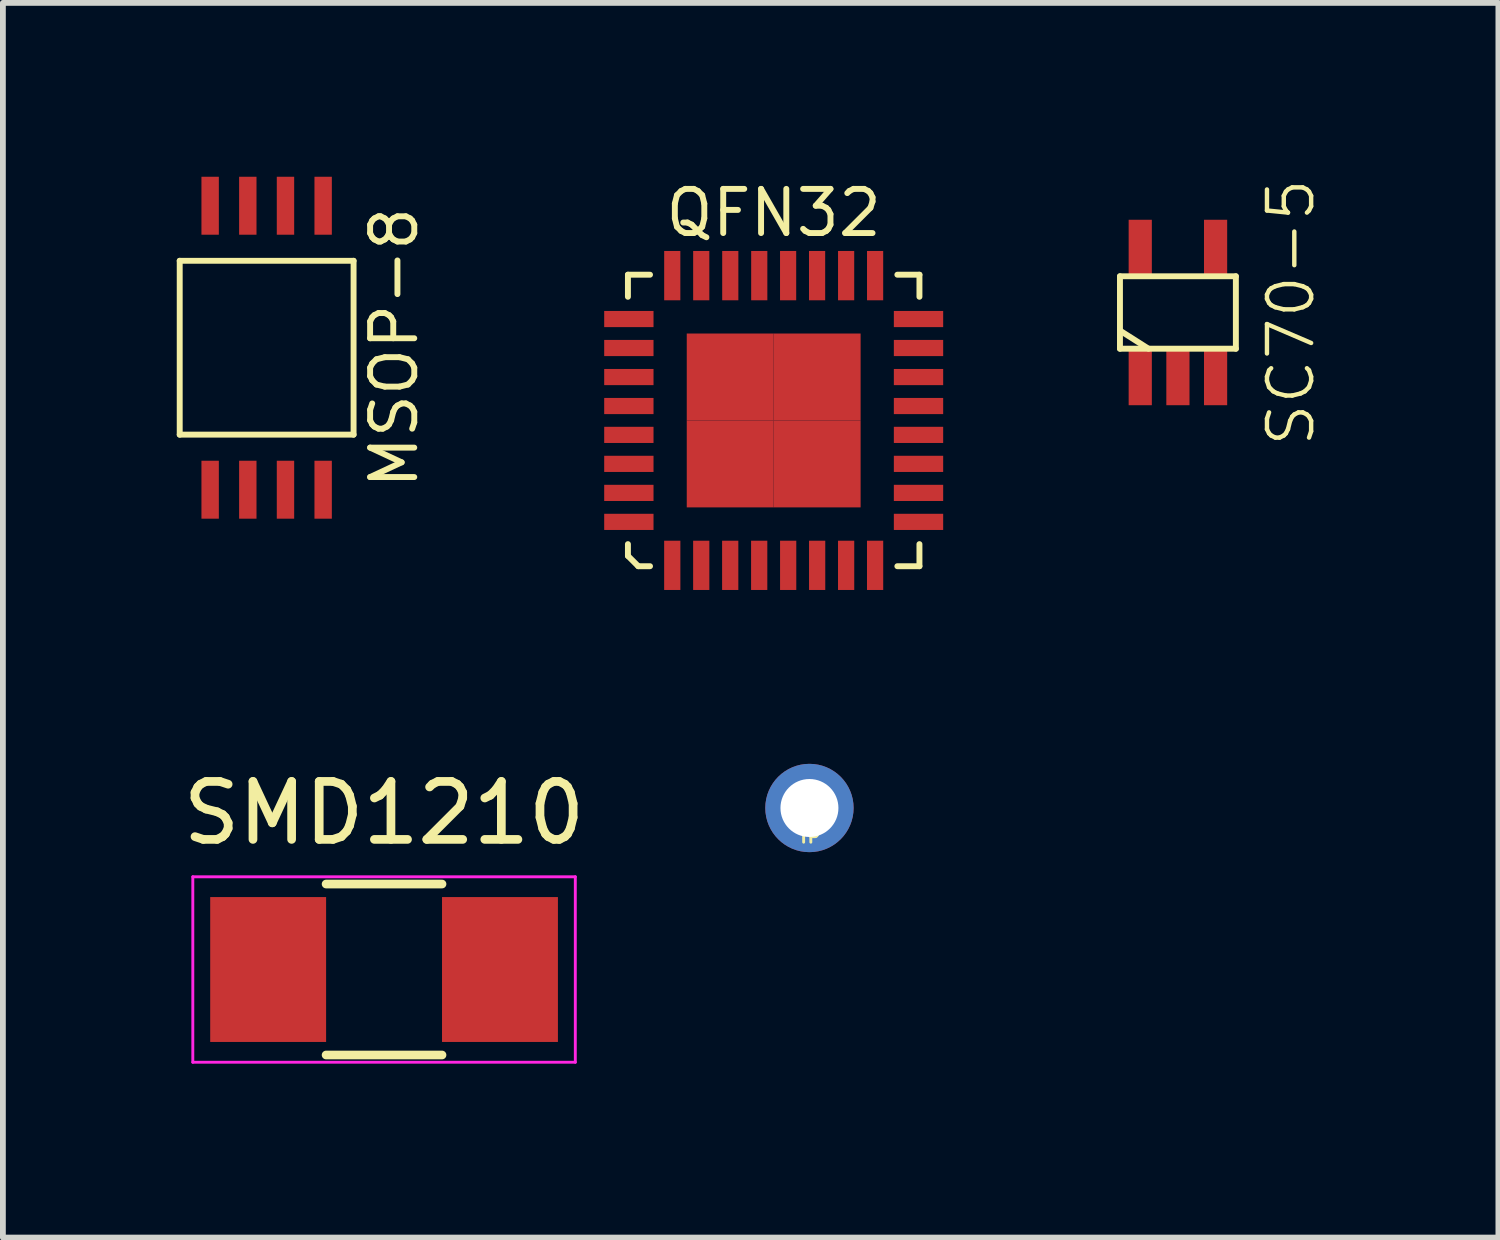
<source format=kicad_pcb>
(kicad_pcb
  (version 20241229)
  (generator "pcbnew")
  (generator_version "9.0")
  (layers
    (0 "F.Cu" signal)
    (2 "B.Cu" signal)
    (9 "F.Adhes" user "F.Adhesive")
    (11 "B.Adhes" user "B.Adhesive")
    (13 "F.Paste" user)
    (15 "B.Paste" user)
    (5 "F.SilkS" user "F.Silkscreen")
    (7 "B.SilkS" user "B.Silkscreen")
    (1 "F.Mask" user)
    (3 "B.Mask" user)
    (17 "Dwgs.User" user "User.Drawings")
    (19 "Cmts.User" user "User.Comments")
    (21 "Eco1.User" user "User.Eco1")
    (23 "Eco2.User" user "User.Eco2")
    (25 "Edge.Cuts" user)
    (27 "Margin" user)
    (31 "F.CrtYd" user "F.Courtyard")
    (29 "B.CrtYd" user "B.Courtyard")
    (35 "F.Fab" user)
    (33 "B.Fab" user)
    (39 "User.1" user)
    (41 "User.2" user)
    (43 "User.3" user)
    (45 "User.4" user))
  (footprint "SMD1210"
    (layer "F.Cu")
    (at 3.577 13.679)
    (property "Reference" "SMD1210" (at 0 -2.7 0) (layer "F.SilkS") (effects (font (size 1 1) (thickness 0.15))))
    (attr smd)
    (fp_line (start -1 1.475) (end 1 1.475) (stroke (width 0.15) (type solid)) (layer "F.SilkS"))
    (fp_line (start 1 -1.475) (end -1 -1.475) (stroke (width 0.15) (type solid)) (layer "F.SilkS"))
    (fp_line (start -3.3 -1.6) (end -3.3 1.6) (stroke (width 0.05) (type solid)) (layer "F.CrtYd"))
    (fp_line (start -3.3 -1.6) (end 3.3 -1.6) (stroke (width 0.05) (type solid)) (layer "F.CrtYd"))
    (fp_line (start -3.3 1.6) (end 3.3 1.6) (stroke (width 0.05) (type solid)) (layer "F.CrtYd"))
    (fp_line (start 3.3 -1.6) (end 3.3 1.6) (stroke (width 0.05) (type solid)) (layer "F.CrtYd"))
    (pad "1" smd rect (at -2 0) (size 2 2.5) (layers "F.Cu" "F.Mask" "F.Paste"))
    (pad "2" smd rect (at 2 0) (size 2 2.5) (layers "F.Cu" "F.Mask" "F.Paste")))
  (footprint "MSOP-8"
    (layer "F.Cu")
    (at 1.551 2.95)
    (property "Reference" "MSOP-8" (at 2.2 0 90) (layer "F.SilkS") (effects (font (size 0.762 0.762) (thickness 0.102))))
    (attr through_hole)
    (fp_line (start -1.5 -1.5) (end 1.5 -1.5) (stroke (width 0.102) (type solid)) (layer "F.SilkS"))
    (fp_line (start -1.5 1.5) (end -1.5 -1.5) (stroke (width 0.102) (type solid)) (layer "F.SilkS"))
    (fp_line (start 1.5 -1.5) (end 1.5 1.5) (stroke (width 0.102) (type solid)) (layer "F.SilkS"))
    (fp_line (start 1.5 1.5) (end -1.5 1.5) (stroke (width 0.102) (type solid)) (layer "F.SilkS"))
    (pad "1" smd rect (at -0.975 2.45) (size 0.3 1) (layers "F.Cu" "F.Mask" "F.Paste"))
    (pad "2" smd rect (at -0.325 2.45) (size 0.3 1) (layers "F.Cu" "F.Mask" "F.Paste"))
    (pad "3" smd rect (at 0.325 2.45) (size 0.3 1) (layers "F.Cu" "F.Mask" "F.Paste"))
    (pad "4" smd rect (at 0.975 2.45) (size 0.3 1) (layers "F.Cu" "F.Mask" "F.Paste"))
    (pad "5" smd rect (at 0.975 -2.45) (size 0.3 1) (layers "F.Cu" "F.Mask" "F.Paste"))
    (pad "6" smd rect (at 0.325 -2.45) (size 0.3 1) (layers "F.Cu" "F.Mask" "F.Paste"))
    (pad "7" smd rect (at -0.325 -2.45) (size 0.3 1) (layers "F.Cu" "F.Mask" "F.Paste"))
    (pad "8" smd rect (at -0.975 -2.45) (size 0.3 1) (layers "F.Cu" "F.Mask" "F.Paste")))
  (footprint "QFN32"
    (layer "F.Cu")
    (at 10.3 4.205)
    (property "Reference" "QFN32" (at 0 -3.581 0) (layer "F.SilkS") (effects (font (size 0.762 0.762) (thickness 0.102))))
    (attr smd)
    (fp_line (start -2.515 -2.515) (end -2.515 -2.134) (stroke (width 0.102) (type solid)) (layer "F.SilkS"))
    (fp_line (start -2.515 -2.515) (end -2.134 -2.515) (stroke (width 0.102) (type solid)) (layer "F.SilkS"))
    (fp_line (start -2.515 2.337) (end -2.515 2.134) (stroke (width 0.102) (type solid)) (layer "F.SilkS"))
    (fp_line (start -2.337 2.515) (end -2.515 2.337) (stroke (width 0.102) (type solid)) (layer "F.SilkS"))
    (fp_line (start -2.134 2.515) (end -2.337 2.515) (stroke (width 0.102) (type solid)) (layer "F.SilkS"))
    (fp_line (start 2.515 -2.515) (end 2.134 -2.515) (stroke (width 0.102) (type solid)) (layer "F.SilkS"))
    (fp_line (start 2.515 -2.515) (end 2.515 -2.134) (stroke (width 0.102) (type solid)) (layer "F.SilkS"))
    (fp_line (start 2.515 2.515) (end 2.134 2.515) (stroke (width 0.102) (type solid)) (layer "F.SilkS"))
    (fp_line (start 2.515 2.515) (end 2.515 2.134) (stroke (width 0.102) (type solid)) (layer "F.SilkS"))
    (pad "1" smd rect (at -1.75 2.5) (size 0.28 0.85) (layers "F.Cu" "F.Mask" "F.Paste"))
    (pad "2" smd rect (at -1.25 2.5) (size 0.28 0.85) (layers "F.Cu" "F.Mask" "F.Paste"))
    (pad "3" smd rect (at -0.75 2.5) (size 0.28 0.85) (layers "F.Cu" "F.Mask" "F.Paste"))
    (pad "4" smd rect (at -0.25 2.5) (size 0.28 0.85) (layers "F.Cu" "F.Mask" "F.Paste"))
    (pad "5" smd rect (at 0.25 2.5) (size 0.28 0.85) (layers "F.Cu" "F.Mask" "F.Paste"))
    (pad "6" smd rect (at 0.75 2.5) (size 0.28 0.85) (layers "F.Cu" "F.Mask" "F.Paste"))
    (pad "7" smd rect (at 1.25 2.5) (size 0.28 0.85) (layers "F.Cu" "F.Mask" "F.Paste"))
    (pad "8" smd rect (at 1.75 2.5) (size 0.28 0.85) (layers "F.Cu" "F.Mask" "F.Paste"))
    (pad "9" smd rect (at 2.499 1.75 90) (size 0.279 0.851) (layers "F.Cu" "F.Mask" "F.Paste"))
    (pad "10" smd rect (at 2.499 1.25 90) (size 0.279 0.851) (layers "F.Cu" "F.Mask" "F.Paste"))
    (pad "11" smd rect (at 2.499 0.749 90) (size 0.279 0.851) (layers "F.Cu" "F.Mask" "F.Paste"))
    (pad "12" smd rect (at 2.499 0.249 90) (size 0.279 0.851) (layers "F.Cu" "F.Mask" "F.Paste"))
    (pad "13" smd rect (at 2.499 -0.249 90) (size 0.279 0.851) (layers "F.Cu" "F.Mask" "F.Paste"))
    (pad "14" smd rect (at 2.499 -0.749 90) (size 0.279 0.851) (layers "F.Cu" "F.Mask" "F.Paste"))
    (pad "15" smd rect (at 2.499 -1.25 90) (size 0.279 0.851) (layers "F.Cu" "F.Mask" "F.Paste"))
    (pad "16" smd rect (at 2.499 -1.75 90) (size 0.279 0.851) (layers "F.Cu" "F.Mask" "F.Paste"))
    (pad "17" smd rect (at 1.75 -2.499) (size 0.279 0.851) (layers "F.Cu" "F.Mask" "F.Paste"))
    (pad "18" smd rect (at 1.25 -2.499) (size 0.279 0.851) (layers "F.Cu" "F.Mask" "F.Paste"))
    (pad "19" smd rect (at 0.749 -2.499) (size 0.279 0.851) (layers "F.Cu" "F.Mask" "F.Paste"))
    (pad "20" smd rect (at 0.249 -2.499) (size 0.279 0.851) (layers "F.Cu" "F.Mask" "F.Paste"))
    (pad "21" smd rect (at -0.249 -2.499) (size 0.279 0.851) (layers "F.Cu" "F.Mask" "F.Paste"))
    (pad "22" smd rect (at -0.749 -2.499) (size 0.279 0.851) (layers "F.Cu" "F.Mask" "F.Paste"))
    (pad "23" smd rect (at -1.25 -2.499) (size 0.279 0.851) (layers "F.Cu" "F.Mask" "F.Paste"))
    (pad "24" smd rect (at -1.75 -2.499) (size 0.279 0.851) (layers "F.Cu" "F.Mask" "F.Paste"))
    (pad "25" smd rect (at -2.499 -1.75 90) (size 0.279 0.851) (layers "F.Cu" "F.Mask" "F.Paste"))
    (pad "26" smd rect (at -2.499 -1.25 90) (size 0.279 0.851) (layers "F.Cu" "F.Mask" "F.Paste"))
    (pad "27" smd rect (at -2.499 -0.749 90) (size 0.279 0.851) (layers "F.Cu" "F.Mask" "F.Paste"))
    (pad "28" smd rect (at -2.499 -0.249 90) (size 0.279 0.851) (layers "F.Cu" "F.Mask" "F.Paste"))
    (pad "29" smd rect (at -2.499 0.249 90) (size 0.279 0.851) (layers "F.Cu" "F.Mask" "F.Paste"))
    (pad "30" smd rect (at -2.499 0.749 90) (size 0.279 0.851) (layers "F.Cu" "F.Mask" "F.Paste"))
    (pad "31" smd rect (at -2.499 1.25 90) (size 0.279 0.851) (layers "F.Cu" "F.Mask" "F.Paste"))
    (pad "32" smd rect (at -2.499 1.75 90) (size 0.279 0.851) (layers "F.Cu" "F.Mask" "F.Paste"))
    (pad "PAD" smd rect (at -0.75 -0.75) (size 1.5 1.5) (layers "F.Cu" "F.Mask" "F.Paste"))
    (pad "PAD" smd rect (at -0.75 0.75) (size 1.5 1.5) (layers "F.Cu" "F.Mask" "F.Paste"))
    (pad "PAD" smd rect (at 0.75 -0.75) (size 1.5 1.5) (layers "F.Cu" "F.Mask" "F.Paste"))
    (pad "PAD" smd rect (at 0.75 0.75) (size 1.5 1.5) (layers "F.Cu" "F.Mask" "F.Paste")))
  (footprint "TP"
    (layer "F.Cu")
    (at 10.917 10.892)
    (property "Reference" "TP" (at 0 0.5 0) (layer "F.SilkS") (effects (font (size 0.2 0.2) (thickness 0.05))))
    (attr through_hole)
    (pad "1" thru_hole circle (at 0 0) (size 1.524 1.524) (drill 1) (layers "*.Cu" "*.Mask")))
  (footprint "SC70-5"
    (layer "F.Cu")
    (at 17.275 2.342)
    (property "Reference" "SC70-5" (at 1.95 0 90) (layer "F.SilkS") (effects (font (size 0.762 0.762) (thickness 0.076))))
    (attr through_hole)
    (fp_line (start -1 -0.625) (end 1 -0.625) (stroke (width 0.102) (type solid)) (layer "F.SilkS"))
    (fp_line (start -1 0.625) (end -1 -0.625) (stroke (width 0.102) (type solid)) (layer "F.SilkS"))
    (fp_line (start -0.508 0.625) (end -1 0.312) (stroke (width 0.102) (type solid)) (layer "F.SilkS"))
    (fp_line (start 1 -0.625) (end 1 0.625) (stroke (width 0.102) (type solid)) (layer "F.SilkS"))
    (fp_line (start 1 0.625) (end -1 0.625) (stroke (width 0.102) (type solid)) (layer "F.SilkS"))
    (pad "1" smd rect (at -0.65 1.1) (size 0.4 1) (layers "F.Cu" "F.Mask" "F.Paste"))
    (pad "2" smd rect (at 0 1.1) (size 0.4 1) (layers "F.Cu" "F.Mask" "F.Paste"))
    (pad "3" smd rect (at 0.65 1.1) (size 0.4 1) (layers "F.Cu" "F.Mask" "F.Paste"))
    (pad "4" smd rect (at 0.65 -1.1) (size 0.4 1) (layers "F.Cu" "F.Mask" "F.Paste"))
    (pad "5" smd rect (at -0.65 -1.1) (size 0.4 1) (layers "F.Cu" "F.Mask" "F.Paste")))
  (gr_rect
    (start -3 -3)
    (end 22.805 18.304)
    (stroke (width 0.1) (type default))
    (fill no)
    (layer "Edge.Cuts")))
</source>
